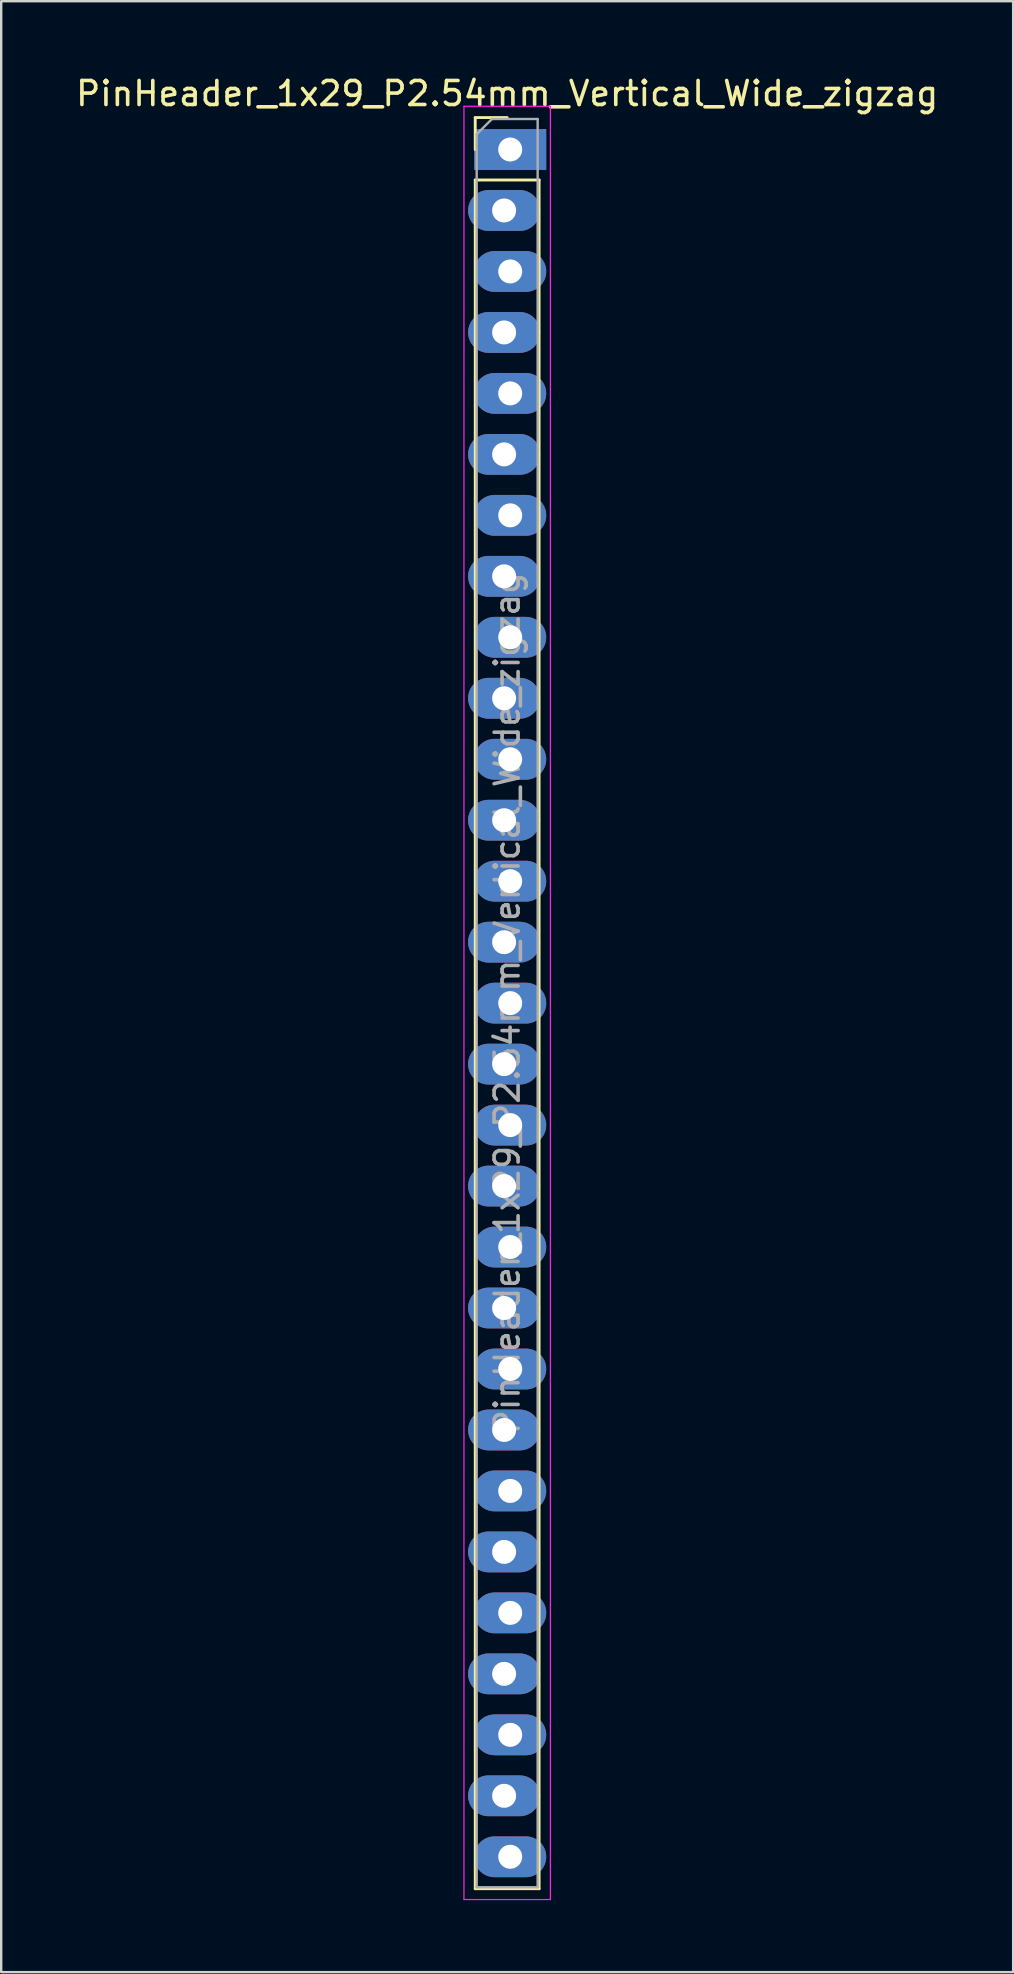
<source format=kicad_pcb>
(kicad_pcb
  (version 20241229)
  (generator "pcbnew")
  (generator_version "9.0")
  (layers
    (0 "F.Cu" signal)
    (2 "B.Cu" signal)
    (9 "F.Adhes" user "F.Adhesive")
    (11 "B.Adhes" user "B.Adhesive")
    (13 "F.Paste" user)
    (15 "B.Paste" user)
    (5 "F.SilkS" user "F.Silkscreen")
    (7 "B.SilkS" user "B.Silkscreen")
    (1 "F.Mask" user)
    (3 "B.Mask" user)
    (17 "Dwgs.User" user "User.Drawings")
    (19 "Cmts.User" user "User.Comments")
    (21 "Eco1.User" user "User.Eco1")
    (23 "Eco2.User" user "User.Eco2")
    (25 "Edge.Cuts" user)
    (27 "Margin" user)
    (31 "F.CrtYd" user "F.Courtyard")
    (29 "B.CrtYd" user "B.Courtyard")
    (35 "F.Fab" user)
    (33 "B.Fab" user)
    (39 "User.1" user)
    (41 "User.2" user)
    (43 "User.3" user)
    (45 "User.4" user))
  (footprint "PinHeader_1x29_P2.54mm_Vertical_Wide_zigzag"
    (layer "F.Cu")
    (at 18.077 3.178)
    (property "Reference" "PinHeader_1x29_P2.54mm_Vertical_Wide_zigzag" (at 0 -2.33 0) (layer "F.SilkS") (effects (font (size 1 1) (thickness 0.15))))
    (attr through_hole)
    (fp_line (start -1.33 -1.33) (end 0 -1.33) (stroke (width 0.12) (type solid)) (layer "F.SilkS"))
    (fp_line (start -1.33 0) (end -1.33 -1.33) (stroke (width 0.12) (type solid)) (layer "F.SilkS"))
    (fp_line (start -1.33 1.27) (end -1.33 72.45) (stroke (width 0.12) (type solid)) (layer "F.SilkS"))
    (fp_line (start -1.33 1.27) (end 1.33 1.27) (stroke (width 0.12) (type solid)) (layer "F.SilkS"))
    (fp_line (start -1.33 72.45) (end 1.33 72.45) (stroke (width 0.12) (type solid)) (layer "F.SilkS"))
    (fp_line (start 1.33 1.27) (end 1.33 72.45) (stroke (width 0.12) (type solid)) (layer "F.SilkS"))
    (fp_line (start -1.8 -1.8) (end -1.8 72.9) (stroke (width 0.05) (type solid)) (layer "F.CrtYd"))
    (fp_line (start -1.8 72.9) (end 1.8 72.9) (stroke (width 0.05) (type solid)) (layer "F.CrtYd"))
    (fp_line (start 1.8 -1.8) (end -1.8 -1.8) (stroke (width 0.05) (type solid)) (layer "F.CrtYd"))
    (fp_line (start 1.8 72.9) (end 1.8 -1.8) (stroke (width 0.05) (type solid)) (layer "F.CrtYd"))
    (fp_line (start -1.27 -0.635) (end -0.635 -1.27) (stroke (width 0.1) (type solid)) (layer "F.Fab"))
    (fp_line (start -1.27 72.39) (end -1.27 -0.635) (stroke (width 0.1) (type solid)) (layer "F.Fab"))
    (fp_line (start -0.635 -1.27) (end 1.27 -1.27) (stroke (width 0.1) (type solid)) (layer "F.Fab"))
    (fp_line (start 1.27 -1.27) (end 1.27 72.39) (stroke (width 0.1) (type solid)) (layer "F.Fab"))
    (fp_line (start 1.27 72.39) (end -1.27 72.39) (stroke (width 0.1) (type solid)) (layer "F.Fab"))
    (fp_text user "${REFERENCE}" (at 0 35.56 90) (layer "F.Fab") (effects (font (size 1 1) (thickness 0.15))))
    (pad "1" thru_hole rect (at 0.127 0) (size 3 1.7) (drill 1) (layers "*.Cu" "*.Mask"))
    (pad "2" thru_hole oval (at -0.127 2.54) (size 3 1.7) (drill 1) (layers "*.Cu" "*.Mask"))
    (pad "3" thru_hole oval (at 0.127 5.08) (size 3 1.7) (drill 1) (layers "*.Cu" "*.Mask"))
    (pad "4" thru_hole oval (at -0.127 7.62) (size 3 1.7) (drill 1) (layers "*.Cu" "*.Mask"))
    (pad "5" thru_hole oval (at 0.127 10.16) (size 3 1.7) (drill 1) (layers "*.Cu" "*.Mask"))
    (pad "6" thru_hole oval (at -0.127 12.7) (size 3 1.7) (drill 1) (layers "*.Cu" "*.Mask"))
    (pad "7" thru_hole oval (at 0.127 15.24) (size 3 1.7) (drill 1) (layers "*.Cu" "*.Mask"))
    (pad "8" thru_hole oval (at -0.127 17.78) (size 3 1.7) (drill 1) (layers "*.Cu" "*.Mask"))
    (pad "9" thru_hole oval (at 0.127 20.32) (size 3 1.7) (drill 1) (layers "*.Cu" "*.Mask"))
    (pad "10" thru_hole oval (at -0.127 22.86) (size 3 1.7) (drill 1) (layers "*.Cu" "*.Mask"))
    (pad "11" thru_hole oval (at 0.127 25.4) (size 3 1.7) (drill 1) (layers "*.Cu" "*.Mask"))
    (pad "12" thru_hole oval (at -0.127 27.94) (size 3 1.7) (drill 1) (layers "*.Cu" "*.Mask"))
    (pad "13" thru_hole oval (at 0.127 30.48) (size 3 1.7) (drill 1) (layers "*.Cu" "*.Mask"))
    (pad "14" thru_hole oval (at -0.127 33.02) (size 3 1.7) (drill 1) (layers "*.Cu" "*.Mask"))
    (pad "15" thru_hole oval (at 0.127 35.56) (size 3 1.7) (drill 1) (layers "*.Cu" "*.Mask"))
    (pad "16" thru_hole oval (at -0.127 38.1) (size 3 1.7) (drill 1) (layers "*.Cu" "*.Mask"))
    (pad "17" thru_hole oval (at 0.127 40.64) (size 3 1.7) (drill 1) (layers "*.Cu" "*.Mask"))
    (pad "18" thru_hole oval (at -0.127 43.18) (size 3 1.7) (drill 1) (layers "*.Cu" "*.Mask"))
    (pad "19" thru_hole oval (at 0.127 45.72) (size 3 1.7) (drill 1) (layers "*.Cu" "*.Mask"))
    (pad "20" thru_hole oval (at -0.127 48.26) (size 3 1.7) (drill 1) (layers "*.Cu" "*.Mask"))
    (pad "21" thru_hole oval (at 0.127 50.8) (size 3 1.7) (drill 1) (layers "*.Cu" "*.Mask"))
    (pad "22" thru_hole oval (at -0.127 53.34) (size 3 1.7) (drill 1) (layers "*.Cu" "*.Mask"))
    (pad "23" thru_hole oval (at 0.127 55.88) (size 3 1.7) (drill 1) (layers "*.Cu" "*.Mask"))
    (pad "24" thru_hole oval (at -0.127 58.42) (size 3 1.7) (drill 1) (layers "*.Cu" "*.Mask"))
    (pad "25" thru_hole oval (at 0.127 60.96) (size 3 1.7) (drill 1) (layers "*.Cu" "*.Mask"))
    (pad "26" thru_hole oval (at -0.127 63.5) (size 3 1.7) (drill 1) (layers "*.Cu" "*.Mask"))
    (pad "27" thru_hole oval (at 0.127 66.04) (size 3 1.7) (drill 1) (layers "*.Cu" "*.Mask"))
    (pad "28" thru_hole oval (at -0.127 68.58) (size 3 1.7) (drill 1) (layers "*.Cu" "*.Mask"))
    (pad "29" thru_hole oval (at 0.127 71.12) (size 3 1.7) (drill 1) (layers "*.Cu" "*.Mask")))
  (gr_rect
    (start -3 -3)
    (end 39.155 79.103)
    (stroke (width 0.1) (type default))
    (fill no)
    (layer "Edge.Cuts")))
</source>
